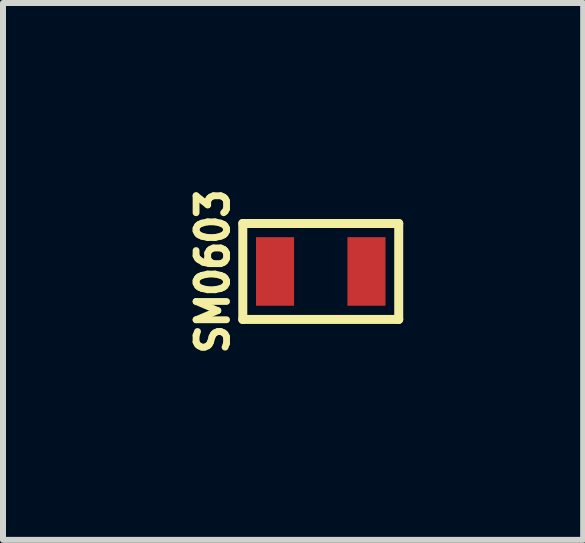
<source format=kicad_pcb>
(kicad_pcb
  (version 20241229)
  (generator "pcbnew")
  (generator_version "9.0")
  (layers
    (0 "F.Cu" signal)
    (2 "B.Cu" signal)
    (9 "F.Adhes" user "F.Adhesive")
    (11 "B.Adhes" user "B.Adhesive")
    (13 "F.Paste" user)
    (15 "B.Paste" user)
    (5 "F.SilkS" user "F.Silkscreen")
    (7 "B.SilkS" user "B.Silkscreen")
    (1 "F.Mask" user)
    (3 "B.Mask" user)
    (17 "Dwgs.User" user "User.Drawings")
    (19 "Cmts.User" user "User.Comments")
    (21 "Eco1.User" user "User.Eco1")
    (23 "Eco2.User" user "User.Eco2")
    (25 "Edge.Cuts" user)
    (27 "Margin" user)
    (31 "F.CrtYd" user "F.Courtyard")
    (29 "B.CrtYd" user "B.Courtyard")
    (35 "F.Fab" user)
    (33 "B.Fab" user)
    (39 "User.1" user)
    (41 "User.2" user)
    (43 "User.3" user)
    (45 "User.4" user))
  (footprint "SM0603"
    (layer "F.Cu")
    (at 2.298 1.476)
    (property "Reference" "SM0603" (at -1.8 0 90) (layer "F.SilkS") (effects (font (size 0.508 0.457) (thickness 0.114))))
    (attr smd)
    (fp_line (start -1.3 -0.8) (end 1.3 -0.8) (stroke (width 0.15) (type solid)) (layer "F.SilkS"))
    (fp_line (start -1.3 0.8) (end -1.3 -0.8) (stroke (width 0.15) (type solid)) (layer "F.SilkS"))
    (fp_line (start 1.3 -0.8) (end 1.3 0.8) (stroke (width 0.15) (type solid)) (layer "F.SilkS"))
    (fp_line (start 1.3 0.8) (end -1.3 0.8) (stroke (width 0.15) (type solid)) (layer "F.SilkS"))
    (pad "1" smd rect (at -0.762 0) (size 0.635 1.143) (layers "F.Cu" "F.Mask" "F.Paste"))
    (pad "2" smd rect (at 0.762 0) (size 0.635 1.143) (layers "F.Cu" "F.Mask" "F.Paste")))
  (gr_rect
    (start -3 -3)
    (end 6.673 5.951)
    (stroke (width 0.1) (type default))
    (fill no)
    (layer "Edge.Cuts")))
</source>
